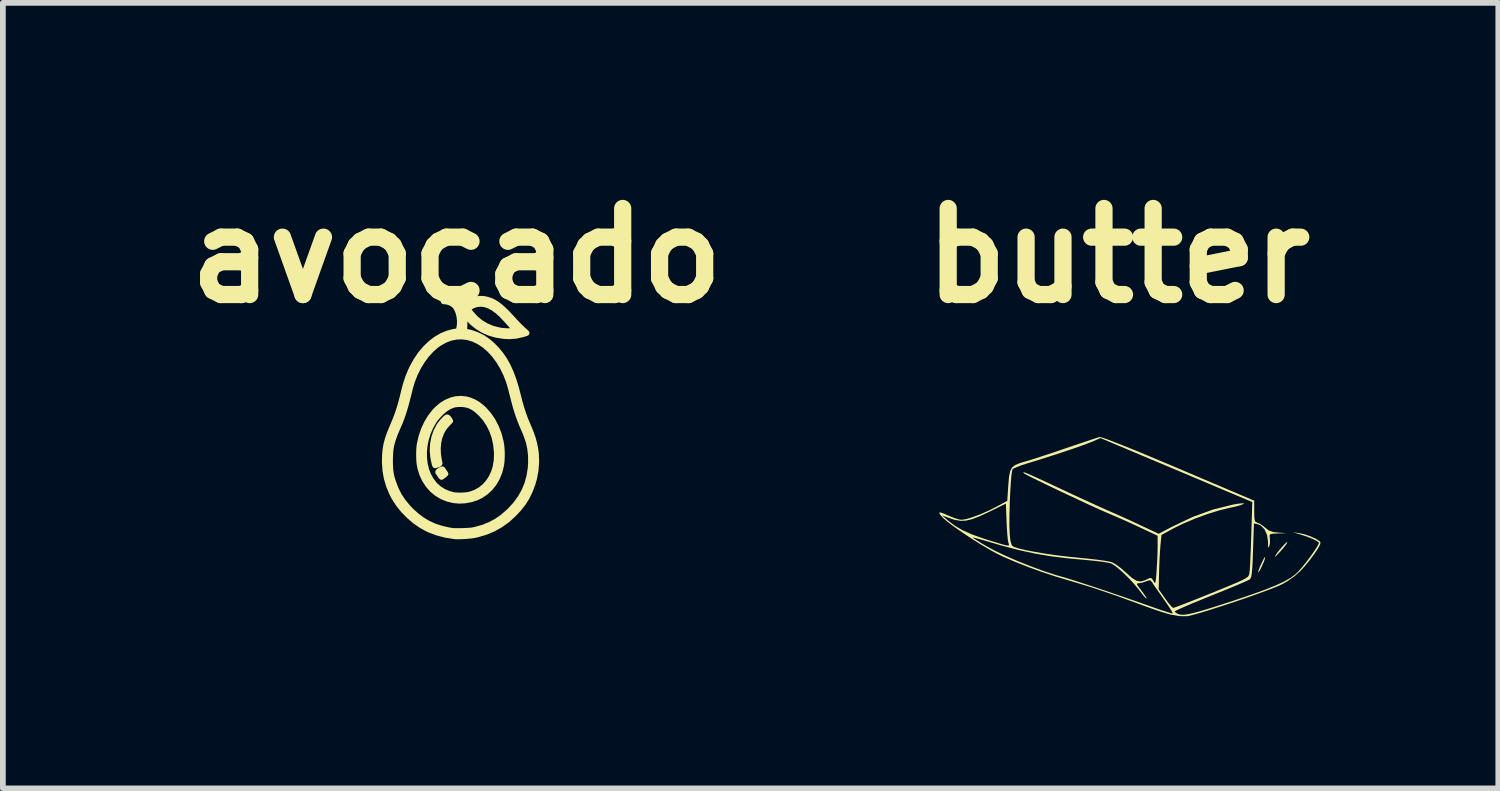
<source format=kicad_pcb>
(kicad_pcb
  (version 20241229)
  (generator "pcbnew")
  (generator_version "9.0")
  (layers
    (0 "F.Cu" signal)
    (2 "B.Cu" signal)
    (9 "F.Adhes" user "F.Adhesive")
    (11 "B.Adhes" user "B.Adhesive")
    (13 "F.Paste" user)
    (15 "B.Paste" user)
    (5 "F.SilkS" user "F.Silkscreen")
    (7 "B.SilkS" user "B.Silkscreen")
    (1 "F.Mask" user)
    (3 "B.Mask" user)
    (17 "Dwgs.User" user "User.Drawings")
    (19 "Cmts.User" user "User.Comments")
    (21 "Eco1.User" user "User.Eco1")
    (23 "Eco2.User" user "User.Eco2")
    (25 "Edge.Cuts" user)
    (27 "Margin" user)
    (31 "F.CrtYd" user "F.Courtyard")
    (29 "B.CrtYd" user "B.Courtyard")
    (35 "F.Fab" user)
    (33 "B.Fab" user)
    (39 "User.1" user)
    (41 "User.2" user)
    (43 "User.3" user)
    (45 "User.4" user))
  (footprint "avocado"
    (layer "F.Cu")
    (at 4.973 4.204)
    (property "Reference" "avocado" (at -0.066 -2.8 0) (layer "F.SilkS") (effects (font (size 1.5 1.5) (thickness 0.3))))
    (attr board_only exclude_from_pos_files exclude_from_bom)
    (fp_poly (pts (xy -0.309 0.931) (xy -0.297 0.948) (xy -0.287 0.964) (xy -0.261 1.002) (xy -0.293 1.029) (xy -0.313 1.044) (xy -0.326 1.054) (xy -0.329 1.056) (xy -0.335 1.049) (xy -0.348 1.033) (xy -0.357 1.02) (xy -0.372 0.997) (xy -0.384 0.98) (xy -0.388 0.975) (xy -0.386 0.964) (xy -0.368 0.95) (xy -0.356 0.942) (xy -0.334 0.93) (xy -0.319 0.923) (xy -0.315 0.923)) (stroke (width 0.1) (type solid)) (fill yes) (layer "F.SilkS"))
    (fp_poly (pts (xy -0.22 0.023) (xy -0.205 0.039) (xy -0.199 0.049) (xy -0.178 0.08) (xy -0.225 0.127) (xy -0.284 0.197) (xy -0.331 0.277) (xy -0.365 0.366) (xy -0.386 0.463) (xy -0.394 0.566) (xy -0.389 0.673) (xy -0.37 0.784) (xy -0.365 0.805) (xy -0.363 0.819) (xy -0.368 0.828) (xy -0.384 0.836) (xy -0.399 0.841) (xy -0.422 0.849) (xy -0.438 0.854) (xy -0.441 0.854) (xy -0.444 0.847) (xy -0.45 0.829) (xy -0.453 0.819) (xy -0.476 0.705) (xy -0.485 0.592) (xy -0.479 0.48) (xy -0.458 0.372) (xy -0.424 0.27) (xy -0.375 0.175) (xy -0.373 0.171) (xy -0.352 0.14) (xy -0.326 0.107) (xy -0.299 0.076) (xy -0.273 0.049) (xy -0.251 0.028) (xy -0.234 0.018) (xy -0.231 0.017)) (stroke (width 0.1) (type solid)) (fill yes) (layer "F.SilkS"))
    (fp_poly (pts (xy 0.095 -0.297) (xy 0.155 -0.281) (xy 0.235 -0.248) (xy 0.309 -0.204) (xy 0.38 -0.147) (xy 0.411 -0.118) (xy 0.492 -0.026) (xy 0.562 0.077) (xy 0.621 0.191) (xy 0.668 0.312) (xy 0.701 0.439) (xy 0.712 0.499) (xy 0.718 0.557) (xy 0.722 0.625) (xy 0.722 0.696) (xy 0.719 0.765) (xy 0.713 0.826) (xy 0.708 0.857) (xy 0.68 0.969) (xy 0.638 1.072) (xy 0.584 1.166) (xy 0.519 1.248) (xy 0.442 1.32) (xy 0.356 1.378) (xy 0.28 1.415) (xy 0.183 1.447) (xy 0.08 1.466) (xy -0.024 1.471) (xy -0.118 1.462) (xy -0.223 1.437) (xy -0.321 1.397) (xy -0.41 1.344) (xy -0.49 1.278) (xy -0.559 1.2) (xy -0.618 1.111) (xy -0.665 1.012) (xy -0.699 0.903) (xy -0.708 0.858) (xy -0.717 0.798) (xy -0.721 0.729) (xy -0.722 0.654) (xy -0.721 0.617) (xy -0.634 0.617) (xy -0.633 0.727) (xy -0.62 0.833) (xy -0.596 0.935) (xy -0.559 1.029) (xy -0.51 1.115) (xy -0.45 1.192) (xy -0.437 1.206) (xy -0.367 1.266) (xy -0.291 1.314) (xy -0.206 1.349) (xy -0.132 1.37) (xy -0.092 1.376) (xy -0.04 1.379) (xy 0.018 1.379) (xy 0.075 1.376) (xy 0.128 1.37) (xy 0.171 1.362) (xy 0.172 1.361) (xy 0.264 1.328) (xy 0.348 1.281) (xy 0.422 1.221) (xy 0.487 1.149) (xy 0.54 1.067) (xy 0.583 0.976) (xy 0.613 0.876) (xy 0.63 0.768) (xy 0.635 0.654) (xy 0.634 0.632) (xy 0.621 0.498) (xy 0.594 0.37) (xy 0.553 0.251) (xy 0.499 0.141) (xy 0.433 0.04) (xy 0.353 -0.05) (xy 0.348 -0.054) (xy 0.285 -0.111) (xy 0.225 -0.154) (xy 0.166 -0.184) (xy 0.103 -0.203) (xy 0.036 -0.212) (xy 0 -0.213) (xy -0.058 -0.211) (xy -0.106 -0.204) (xy -0.152 -0.19) (xy -0.2 -0.167) (xy -0.237 -0.146) (xy -0.276 -0.118) (xy -0.32 -0.081) (xy -0.365 -0.037) (xy -0.408 0.01) (xy -0.445 0.055) (xy -0.459 0.075) (xy -0.518 0.177) (xy -0.565 0.284) (xy -0.6 0.394) (xy -0.623 0.506) (xy -0.634 0.617) (xy -0.721 0.617) (xy -0.72 0.58) (xy -0.714 0.512) (xy -0.709 0.482) (xy -0.68 0.355) (xy -0.639 0.233) (xy -0.586 0.119) (xy -0.523 0.015) (xy -0.451 -0.078) (xy -0.403 -0.128) (xy -0.325 -0.194) (xy -0.243 -0.244) (xy -0.155 -0.281) (xy -0.075 -0.3) (xy 0.01 -0.306)) (stroke (width 0.1) (type solid)) (fill yes) (layer "F.SilkS"))
    (fp_poly (pts (xy -0.234 -2.089) (xy -0.2 -2.081) (xy -0.131 -2.057) (xy -0.07 -2.019) (xy -0.018 -1.967) (xy -0.000482 -1.942) (xy 0.037 -1.886) (xy 0.05 -1.908) (xy 0.085 -1.95) (xy 0.133 -1.986) (xy 0.19 -2.015) (xy 0.253 -2.036) (xy 0.32 -2.047) (xy 0.387 -2.047) (xy 0.411 -2.045) (xy 0.469 -2.032) (xy 0.525 -2.014) (xy 0.58 -1.988) (xy 0.635 -1.954) (xy 0.693 -1.91) (xy 0.754 -1.855) (xy 0.821 -1.789) (xy 0.895 -1.709) (xy 0.905 -1.699) (xy 0.945 -1.654) (xy 0.987 -1.61) (xy 1.026 -1.57) (xy 1.061 -1.536) (xy 1.087 -1.511) (xy 1.09 -1.508) (xy 1.117 -1.485) (xy 1.138 -1.466) (xy 1.15 -1.454) (xy 1.152 -1.451) (xy 1.144 -1.448) (xy 1.123 -1.441) (xy 1.094 -1.432) (xy 1.082 -1.429) (xy 0.969 -1.403) (xy 0.853 -1.394) (xy 0.757 -1.399) (xy 0.627 -1.419) (xy 0.508 -1.453) (xy 0.399 -1.5) (xy 0.299 -1.561) (xy 0.207 -1.635) (xy 0.124 -1.724) (xy 0.082 -1.778) (xy 0.078 -1.781) (xy 0.075 -1.777) (xy 0.073 -1.762) (xy 0.072 -1.736) (xy 0.071 -1.695) (xy 0.071 -1.665) (xy 0.071 -1.618) (xy 0.07 -1.575) (xy 0.068 -1.54) (xy 0.066 -1.516) (xy 0.065 -1.51) (xy 0.062 -1.491) (xy 0.068 -1.483) (xy 0.078 -1.48) (xy 0.192 -1.453) (xy 0.294 -1.416) (xy 0.389 -1.368) (xy 0.479 -1.306) (xy 0.546 -1.249) (xy 0.627 -1.168) (xy 0.7 -1.08) (xy 0.766 -0.984) (xy 0.825 -0.878) (xy 0.878 -0.761) (xy 0.926 -0.632) (xy 0.97 -0.488) (xy 1.005 -0.352) (xy 1.031 -0.251) (xy 1.06 -0.15) (xy 1.091 -0.054) (xy 1.122 0.034) (xy 1.153 0.11) (xy 1.156 0.117) (xy 1.199 0.216) (xy 1.233 0.304) (xy 1.261 0.384) (xy 1.282 0.459) (xy 1.298 0.531) (xy 1.31 0.604) (xy 1.316 0.654) (xy 1.321 0.797) (xy 1.31 0.941) (xy 1.283 1.084) (xy 1.256 1.177) (xy 1.21 1.298) (xy 1.157 1.408) (xy 1.093 1.511) (xy 1.016 1.609) (xy 0.93 1.701) (xy 0.818 1.803) (xy 0.7 1.888) (xy 0.575 1.959) (xy 0.442 2.015) (xy 0.3 2.057) (xy 0.24 2.07) (xy 0.199 2.077) (xy 0.147 2.082) (xy 0.09 2.087) (xy 0.032 2.09) (xy -0.023 2.092) (xy -0.071 2.092) (xy -0.107 2.09) (xy -0.109 2.089) (xy -0.259 2.065) (xy -0.4 2.028) (xy -0.53 1.98) (xy -0.572 1.961) (xy -0.685 1.899) (xy -0.795 1.822) (xy -0.898 1.733) (xy -0.994 1.635) (xy -1.079 1.529) (xy -1.151 1.418) (xy -1.19 1.343) (xy -1.245 1.213) (xy -1.284 1.082) (xy -1.308 0.947) (xy -1.318 0.806) (xy -1.318 0.771) (xy -1.318 0.767) (xy -1.227 0.767) (xy -1.226 0.844) (xy -1.223 0.909) (xy -1.217 0.967) (xy -1.208 1.021) (xy -1.195 1.076) (xy -1.176 1.137) (xy -1.172 1.149) (xy -1.126 1.27) (xy -1.07 1.381) (xy -1 1.486) (xy -0.917 1.586) (xy -0.868 1.638) (xy -0.771 1.727) (xy -0.672 1.802) (xy -0.569 1.864) (xy -0.459 1.915) (xy -0.34 1.954) (xy -0.21 1.985) (xy -0.138 1.997) (xy -0.122 1.998) (xy -0.092 1.999) (xy -0.052 1.999) (xy -0.005 1.998) (xy 0.034 1.998) (xy 0.095 1.996) (xy 0.144 1.993) (xy 0.185 1.99) (xy 0.222 1.984) (xy 0.26 1.976) (xy 0.268 1.974) (xy 0.399 1.937) (xy 0.518 1.889) (xy 0.63 1.829) (xy 0.735 1.756) (xy 0.837 1.668) (xy 0.868 1.638) (xy 0.966 1.53) (xy 1.048 1.417) (xy 1.114 1.299) (xy 1.165 1.175) (xy 1.201 1.043) (xy 1.223 0.904) (xy 1.229 0.817) (xy 1.228 0.683) (xy 1.214 0.558) (xy 1.187 0.438) (xy 1.145 0.318) (xy 1.131 0.283) (xy 1.095 0.201) (xy 1.064 0.127) (xy 1.037 0.057) (xy 1.012 -0.01) (xy 0.989 -0.078) (xy 0.967 -0.149) (xy 0.946 -0.227) (xy 0.923 -0.314) (xy 0.898 -0.413) (xy 0.883 -0.473) (xy 0.845 -0.606) (xy 0.795 -0.734) (xy 0.736 -0.855) (xy 0.667 -0.969) (xy 0.59 -1.072) (xy 0.507 -1.163) (xy 0.418 -1.239) (xy 0.416 -1.241) (xy 0.321 -1.303) (xy 0.224 -1.349) (xy 0.126 -1.378) (xy 0.027 -1.391) (xy -0.072 -1.387) (xy -0.171 -1.367) (xy -0.269 -1.33) (xy -0.365 -1.276) (xy -0.418 -1.24) (xy -0.505 -1.164) (xy -0.588 -1.074) (xy -0.664 -0.972) (xy -0.733 -0.86) (xy -0.793 -0.739) (xy -0.843 -0.612) (xy -0.882 -0.481) (xy -0.883 -0.473) (xy -0.91 -0.364) (xy -0.934 -0.27) (xy -0.957 -0.186) (xy -0.979 -0.112) (xy -1 -0.045) (xy -1.022 0.018) (xy -1.045 0.079) (xy -1.071 0.14) (xy -1.083 0.168) (xy -1.121 0.257) (xy -1.152 0.334) (xy -1.176 0.403) (xy -1.195 0.466) (xy -1.209 0.526) (xy -1.218 0.586) (xy -1.223 0.65) (xy -1.226 0.72) (xy -1.227 0.767) (xy -1.318 0.767) (xy -1.315 0.668) (xy -1.306 0.574) (xy -1.29 0.483) (xy -1.265 0.391) (xy -1.231 0.295) (xy -1.19 0.196) (xy -1.135 0.065) (xy -1.087 -0.063) (xy -1.046 -0.193) (xy -1.009 -0.331) (xy -0.989 -0.415) (xy -0.954 -0.55) (xy -0.914 -0.674) (xy -0.866 -0.791) (xy -0.838 -0.85) (xy -0.77 -0.973) (xy -0.694 -1.085) (xy -0.61 -1.184) (xy -0.521 -1.27) (xy -0.426 -1.343) (xy -0.327 -1.401) (xy -0.224 -1.444) (xy -0.118 -1.472) (xy -0.097 -1.475) (xy -0.065 -1.48) (xy -0.046 -1.485) (xy -0.035 -1.492) (xy -0.029 -1.502) (xy -0.026 -1.515) (xy -0.012 -1.59) (xy -0.01 -1.667) (xy -0.019 -1.744) (xy -0.038 -1.816) (xy -0.059 -1.865) (xy 0.134 -1.865) (xy 0.139 -1.855) (xy 0.152 -1.835) (xy 0.172 -1.808) (xy 0.188 -1.788) (xy 0.267 -1.702) (xy 0.355 -1.63) (xy 0.451 -1.573) (xy 0.556 -1.529) (xy 0.67 -1.499) (xy 0.712 -1.492) (xy 0.749 -1.488) (xy 0.794 -1.485) (xy 0.842 -1.484) (xy 0.887 -1.484) (xy 0.925 -1.486) (xy 0.941 -1.488) (xy 0.972 -1.493) (xy 0.928 -1.541) (xy 0.906 -1.564) (xy 0.876 -1.597) (xy 0.843 -1.635) (xy 0.808 -1.673) (xy 0.8 -1.682) (xy 0.72 -1.767) (xy 0.643 -1.836) (xy 0.569 -1.89) (xy 0.497 -1.928) (xy 0.428 -1.951) (xy 0.359 -1.96) (xy 0.291 -1.954) (xy 0.25 -1.944) (xy 0.217 -1.931) (xy 0.185 -1.914) (xy 0.158 -1.895) (xy 0.14 -1.878) (xy 0.134 -1.865) (xy -0.059 -1.865) (xy -0.066 -1.88) (xy -0.089 -1.916) (xy -0.121 -1.947) (xy -0.164 -1.974) (xy -0.212 -1.992) (xy -0.245 -1.999) (xy -0.293 -2.004) (xy -0.293 -2.049) (xy -0.293 -2.072) (xy -0.289 -2.086) (xy -0.28 -2.093) (xy -0.263 -2.094)) (stroke (width 0.1) (type solid)) (fill yes) (layer "F.SilkS")))
  (footprint "butter"
    (layer "F.Cu")
    (at 16.636 6.304)
    (property "Reference" "butter" (at -0.2 -4.9 0) (layer "F.SilkS") (effects (font (size 1.5 1.5) (thickness 0.3))))
    (attr board_only exclude_from_pos_files exclude_from_bom)
    (fp_poly (pts (xy 2.357 0.372) (xy 2.339 0.426) (xy 2.332 0.444) (xy 2.295 0.527) (xy 2.263 0.589) (xy 2.242 0.618) (xy 2.236 0.615) (xy 2.246 0.579) (xy 2.27 0.516) (xy 2.302 0.446) (xy 2.332 0.385) (xy 2.353 0.352) (xy 2.356 0.35)) (stroke (width 0) (type solid)) (fill yes) (layer "F.SilkS"))
    (fp_poly (pts (xy 2.746 0.094) (xy 2.729 0.127) (xy 2.684 0.185) (xy 2.623 0.256) (xy 2.567 0.314) (xy 2.534 0.344) (xy 2.528 0.34) (xy 2.53 0.337) (xy 2.562 0.287) (xy 2.609 0.226) (xy 2.662 0.165) (xy 2.708 0.117) (xy 2.739 0.092)) (stroke (width 0) (type solid)) (fill yes) (layer "F.SilkS"))
    (fp_poly (pts (xy -0.489 -1.732) (xy -0.406 -1.704) (xy -0.28 -1.656) (xy -0.115 -1.591) (xy 0.087 -1.51) (xy 0.323 -1.412) (xy 0.588 -1.301) (xy 0.848 -1.191) (xy 2.168 -0.63) (xy 2.168 -0.443) (xy 2.17 -0.344) (xy 2.177 -0.286) (xy 2.194 -0.258) (xy 2.222 -0.247) (xy 2.276 -0.223) (xy 2.341 -0.175) (xy 2.357 -0.161) (xy 2.422 -0.111) (xy 2.498 -0.084) (xy 2.586 -0.074) (xy 2.734 -0.064) (xy 2.58 -0.059) (xy 2.493 -0.055) (xy 2.449 -0.046) (xy 2.435 -0.025) (xy 2.439 0.014) (xy 2.44 0.02) (xy 2.443 0.101) (xy 2.431 0.159) (xy 2.417 0.188) (xy 2.41 0.174) (xy 2.408 0.112) (xy 2.409 0.091) (xy 2.393 -0.028) (xy 2.348 -0.129) (xy 2.281 -0.198) (xy 2.227 -0.221) (xy 2.163 -0.233) (xy 2.147 0.239) (xy 2.141 0.415) (xy 2.134 0.544) (xy 2.126 0.635) (xy 2.116 0.693) (xy 2.102 0.728) (xy 2.089 0.743) (xy 2.053 0.761) (xy 1.974 0.796) (xy 1.859 0.845) (xy 1.717 0.904) (xy 1.553 0.971) (xy 1.414 1.027) (xy 1.242 1.097) (xy 1.087 1.16) (xy 0.958 1.216) (xy 0.859 1.259) (xy 0.798 1.289) (xy 0.782 1.3) (xy 0.803 1.324) (xy 0.851 1.348) (xy 0.889 1.357) (xy 0.941 1.358) (xy 1.01 1.349) (xy 1.101 1.329) (xy 1.222 1.297) (xy 1.375 1.251) (xy 1.568 1.19) (xy 1.805 1.113) (xy 1.87 1.091) (xy 2.141 0.999) (xy 2.364 0.918) (xy 2.545 0.845) (xy 2.689 0.778) (xy 2.801 0.715) (xy 2.886 0.652) (xy 2.929 0.612) (xy 2.997 0.535) (xy 3.072 0.443) (xy 3.146 0.345) (xy 3.212 0.252) (xy 3.263 0.173) (xy 3.292 0.119) (xy 3.295 0.1) (xy 3.256 0.071) (xy 3.178 0.033) (xy 3.071 -0.009) (xy 2.963 -0.044) (xy 2.842 -0.08) (xy 2.949 -0.065) (xy 3.045 -0.044) (xy 3.145 -0.01) (xy 3.235 0.03) (xy 3.3 0.07) (xy 3.323 0.096) (xy 3.315 0.136) (xy 3.277 0.207) (xy 3.215 0.299) (xy 3.138 0.402) (xy 3.051 0.509) (xy 2.966 0.602) (xy 2.871 0.686) (xy 2.752 0.77) (xy 2.655 0.826) (xy 2.575 0.862) (xy 2.455 0.91) (xy 2.303 0.966) (xy 2.13 1.029) (xy 1.942 1.094) (xy 1.749 1.159) (xy 1.56 1.22) (xy 1.384 1.277) (xy 1.229 1.324) (xy 1.103 1.359) (xy 1.017 1.38) (xy 0.997 1.383) (xy 0.868 1.382) (xy 0.709 1.354) (xy 0.687 1.348) (xy 0.58 1.317) (xy 0.444 1.272) (xy 0.299 1.221) (xy 0.209 1.188) (xy -0.225 1.029) (xy -0.638 0.889) (xy -1.017 0.773) (xy -1.05 0.764) (xy -1.287 0.693) (xy -1.532 0.612) (xy -1.773 0.525) (xy -1.998 0.436) (xy -2.194 0.352) (xy -2.33 0.286) (xy -2.467 0.209) (xy -2.618 0.119) (xy -2.775 0.02) (xy -2.789 0.01) (xy -2.739 0.01) (xy -2.72 0.025) (xy -2.664 0.062) (xy -2.58 0.114) (xy -2.504 0.159) (xy -2.353 0.241) (xy -2.163 0.331) (xy -1.949 0.424) (xy -1.725 0.513) (xy -1.503 0.595) (xy -1.299 0.662) (xy -1.212 0.687) (xy -1.092 0.722) (xy -0.929 0.773) (xy -0.732 0.837) (xy -0.506 0.912) (xy -0.261 0.995) (xy -0.004 1.083) (xy 0.257 1.175) (xy 0.429 1.235) (xy 0.549 1.277) (xy 0.649 1.309) (xy 0.719 1.33) (xy 0.748 1.335) (xy 0.749 1.334) (xy 0.738 1.309) (xy 0.703 1.25) (xy 0.647 1.166) (xy 0.588 1.082) (xy 0.516 0.979) (xy 0.452 0.888) (xy 0.406 0.82) (xy 0.388 0.791) (xy 0.36 0.759) (xy 0.32 0.761) (xy 0.286 0.775) (xy 0.213 0.8) (xy 0.158 0.808) (xy 0.128 0.812) (xy 0.125 0.829) (xy 0.153 0.872) (xy 0.182 0.909) (xy 0.252 1.003) (xy 0.287 1.058) (xy 0.288 1.077) (xy 0.288 1.077) (xy 0.267 1.058) (xy 0.223 1.006) (xy 0.167 0.933) (xy 0.166 0.932) (xy 0.075 0.821) (xy -0.028 0.71) (xy -0.134 0.608) (xy -0.231 0.525) (xy -0.308 0.472) (xy -0.323 0.465) (xy -0.378 0.451) (xy -0.474 0.435) (xy -0.598 0.42) (xy -0.738 0.406) (xy -0.759 0.404) (xy -1.09 0.374) (xy -1.386 0.337) (xy -1.662 0.29) (xy -1.937 0.23) (xy -2.227 0.154) (xy -2.424 0.096) (xy -2.544 0.061) (xy -2.643 0.033) (xy -2.712 0.015) (xy -2.739 0.01) (xy -2.739 0.01) (xy -2.789 0.01) (xy -2.926 -0.081) (xy -3.062 -0.176) (xy -3.172 -0.259) (xy -3.248 -0.324) (xy -3.258 -0.334) (xy -3.293 -0.374) (xy -3.273 -0.374) (xy -3.165 -0.282) (xy -3.046 -0.192) (xy -2.91 -0.113) (xy -2.748 -0.041) (xy -2.548 0.03) (xy -2.465 0.057) (xy -2.319 0.101) (xy -2.217 0.132) (xy -2.152 0.149) (xy -2.117 0.153) (xy -2.105 0.145) (xy -2.107 0.126) (xy -2.115 0.101) (xy -2.125 0.05) (xy -2.134 -0.04) (xy -2.142 -0.158) (xy -2.144 -0.194) (xy -2.098 -0.194) (xy -2.092 -0.046) (xy -2.081 0.062) (xy -2.062 0.133) (xy -2.052 0.155) (xy -2.013 0.177) (xy -1.929 0.204) (xy -1.807 0.233) (xy -1.654 0.262) (xy -1.478 0.292) (xy -1.287 0.32) (xy -1.089 0.344) (xy -0.891 0.364) (xy -0.882 0.365) (xy -0.719 0.381) (xy -0.568 0.398) (xy -0.441 0.416) (xy -0.348 0.433) (xy -0.304 0.445) (xy -0.24 0.482) (xy -0.156 0.545) (xy -0.068 0.622) (xy -0.057 0.632) (xy 0.04 0.718) (xy 0.117 0.765) (xy 0.186 0.778) (xy 0.258 0.759) (xy 0.297 0.741) (xy 0.352 0.716) (xy 0.383 0.724) (xy 0.412 0.769) (xy 0.412 0.771) (xy 0.43 0.8) (xy 0.442 0.803) (xy 0.451 0.774) (xy 0.459 0.704) (xy 0.467 0.592) (xy 0.475 0.453) (xy 0.482 0.309) (xy 0.485 0.186) (xy 0.485 0.161) (xy 0.485 -0.019) (xy 0.182 -0.161) (xy 0.034 -0.23) (xy -0.125 -0.302) (xy -0.275 -0.367) (xy -0.364 -0.405) (xy -0.459 -0.446) (xy -0.584 -0.502) (xy -0.731 -0.569) (xy -0.893 -0.645) (xy -1.063 -0.724) (xy -1.233 -0.804) (xy -1.396 -0.882) (xy -1.544 -0.954) (xy -1.671 -1.015) (xy -1.768 -1.064) (xy -1.828 -1.096) (xy -1.844 -1.107) (xy -1.856 -1.121) (xy -1.853 -1.126) (xy -1.828 -1.12) (xy -1.779 -1.101) (xy -1.7 -1.066) (xy -1.587 -1.015) (xy -1.435 -0.945) (xy -1.241 -0.854) (xy -1.179 -0.825) (xy -0.994 -0.738) (xy -0.816 -0.656) (xy -0.653 -0.581) (xy -0.514 -0.518) (xy -0.408 -0.47) (xy -0.35 -0.445) (xy -0.258 -0.405) (xy -0.133 -0.349) (xy 0.009 -0.285) (xy 0.152 -0.218) (xy 0.164 -0.212) (xy 0.503 -0.053) (xy 0.73 -0.173) (xy 1.092 -0.345) (xy 1.452 -0.476) (xy 1.799 -0.562) (xy 1.885 -0.577) (xy 1.961 -0.585) (xy 1.99 -0.583) (xy 1.978 -0.571) (xy 1.93 -0.552) (xy 1.853 -0.53) (xy 1.751 -0.507) (xy 1.733 -0.504) (xy 1.554 -0.46) (xy 1.348 -0.395) (xy 1.133 -0.316) (xy 0.927 -0.229) (xy 0.75 -0.142) (xy 0.744 -0.138) (xy 0.552 -0.033) (xy 0.535 0.138) (xy 0.527 0.24) (xy 0.519 0.374) (xy 0.513 0.521) (xy 0.51 0.612) (xy 0.503 0.914) (xy 0.617 1.076) (xy 0.675 1.155) (xy 0.724 1.213) (xy 0.755 1.239) (xy 0.757 1.239) (xy 0.788 1.229) (xy 0.862 1.202) (xy 0.972 1.16) (xy 1.111 1.105) (xy 1.272 1.041) (xy 1.426 0.979) (xy 1.622 0.899) (xy 1.773 0.837) (xy 1.887 0.788) (xy 1.967 0.751) (xy 2.021 0.721) (xy 2.055 0.697) (xy 2.073 0.674) (xy 2.081 0.649) (xy 2.084 0.635) (xy 2.09 0.584) (xy 2.096 0.488) (xy 2.102 0.357) (xy 2.109 0.201) (xy 2.115 0.027) (xy 2.117 -0.027) (xy 2.134 -0.606) (xy 0.812 -1.164) (xy -0.511 -1.721) (xy -0.653 -1.659) (xy -0.739 -1.625) (xy -0.867 -1.578) (xy -1.026 -1.523) (xy -1.206 -1.463) (xy -1.397 -1.401) (xy -1.588 -1.34) (xy -1.769 -1.285) (xy -1.781 -1.281) (xy -1.888 -1.247) (xy -1.976 -1.213) (xy -2.032 -1.186) (xy -2.042 -1.178) (xy -2.053 -1.14) (xy -2.064 -1.055) (xy -2.074 -0.933) (xy -2.083 -0.779) (xy -2.09 -0.631) (xy -2.097 -0.388) (xy -2.098 -0.194) (xy -2.144 -0.194) (xy -2.147 -0.269) (xy -2.159 -0.579) (xy -2.443 -0.439) (xy -2.612 -0.36) (xy -2.746 -0.308) (xy -2.856 -0.282) (xy -2.955 -0.279) (xy -3.054 -0.297) (xy -3.119 -0.318) (xy -3.273 -0.374) (xy -3.293 -0.374) (xy -3.309 -0.392) (xy -3.322 -0.422) (xy -3.294 -0.424) (xy -3.223 -0.398) (xy -3.147 -0.364) (xy -3.055 -0.327) (xy -2.971 -0.302) (xy -2.93 -0.297) (xy -2.851 -0.309) (xy -2.738 -0.343) (xy -2.602 -0.394) (xy -2.457 -0.458) (xy -2.316 -0.529) (xy -2.135 -0.627) (xy -2.117 -0.899) (xy -2.105 -1.041) (xy -2.086 -1.14) (xy -2.052 -1.207) (xy -1.996 -1.252) (xy -1.909 -1.287) (xy -1.821 -1.313) (xy -1.744 -1.335) (xy -1.628 -1.372) (xy -1.483 -1.42) (xy -1.318 -1.474) (xy -1.146 -1.533) (xy -1.118 -1.542) (xy -0.954 -1.598) (xy -0.805 -1.648) (xy -0.68 -1.69) (xy -0.586 -1.721) (xy -0.532 -1.738) (xy -0.525 -1.739)) (stroke (width 0) (type solid)) (fill yes) (layer "F.SilkS")))
  (gr_rect
    (start -3 -3)
    (end 23.057 10.687)
    (stroke (width 0.1) (type default))
    (fill no)
    (layer "Edge.Cuts")))
</source>
